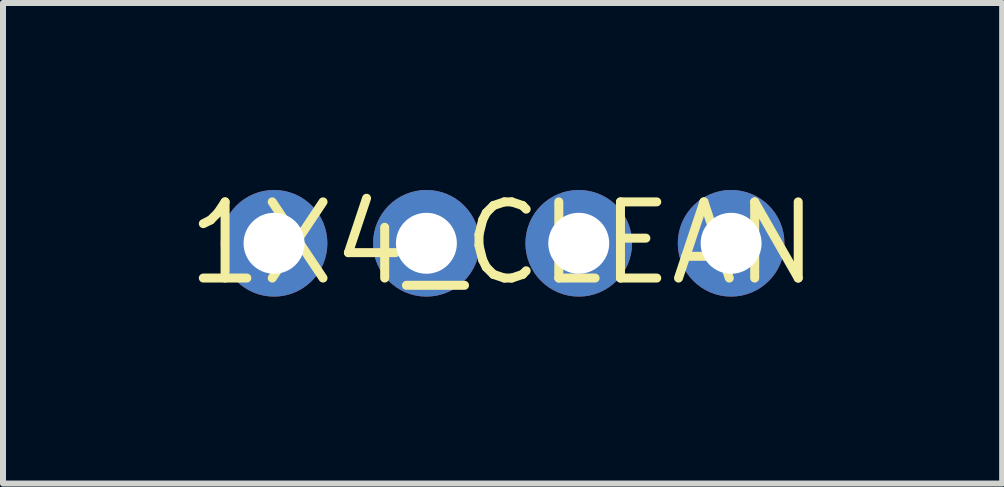
<source format=kicad_pcb>
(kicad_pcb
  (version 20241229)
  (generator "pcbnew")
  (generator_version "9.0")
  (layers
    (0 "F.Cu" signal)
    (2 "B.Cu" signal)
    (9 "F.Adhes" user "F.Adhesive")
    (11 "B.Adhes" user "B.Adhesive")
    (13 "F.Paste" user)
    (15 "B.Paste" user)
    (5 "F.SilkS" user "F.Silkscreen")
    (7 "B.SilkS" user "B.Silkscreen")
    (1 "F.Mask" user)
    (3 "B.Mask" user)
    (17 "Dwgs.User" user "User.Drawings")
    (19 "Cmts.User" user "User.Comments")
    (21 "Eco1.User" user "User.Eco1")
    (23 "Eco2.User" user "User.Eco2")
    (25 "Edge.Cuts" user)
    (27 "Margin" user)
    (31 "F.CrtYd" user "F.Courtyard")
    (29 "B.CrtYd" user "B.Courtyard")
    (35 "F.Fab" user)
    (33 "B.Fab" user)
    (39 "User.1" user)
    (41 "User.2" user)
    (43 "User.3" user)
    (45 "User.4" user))
  (footprint "1X4_CLEAN"
    (layer "F.Cu")
    (at 5.329 1.006)
    (property "Reference" "1X4_CLEAN" (at 0 0 0) (layer "F.SilkS") (effects (font (size 1.27 1.27) (thickness 0.15))))
    (attr through_hole)
    (pad "1" thru_hole circle (at -3.81 0) (size 1.778 1.778) (drill 1.016) (layers "*.Cu" "*.Mask"))
    (pad "2" thru_hole circle (at -1.27 0) (size 1.778 1.778) (drill 1.016) (layers "*.Cu" "*.Mask"))
    (pad "3" thru_hole circle (at 1.27 0) (size 1.778 1.778) (drill 1.016) (layers "*.Cu" "*.Mask"))
    (pad "4" thru_hole circle (at 3.81 0) (size 1.778 1.778) (drill 1.016) (layers "*.Cu" "*.Mask")))
  (gr_rect
    (start -3 -3)
    (end 13.658 5.012)
    (stroke (width 0.1) (type default))
    (fill no)
    (layer "Edge.Cuts")))
</source>
